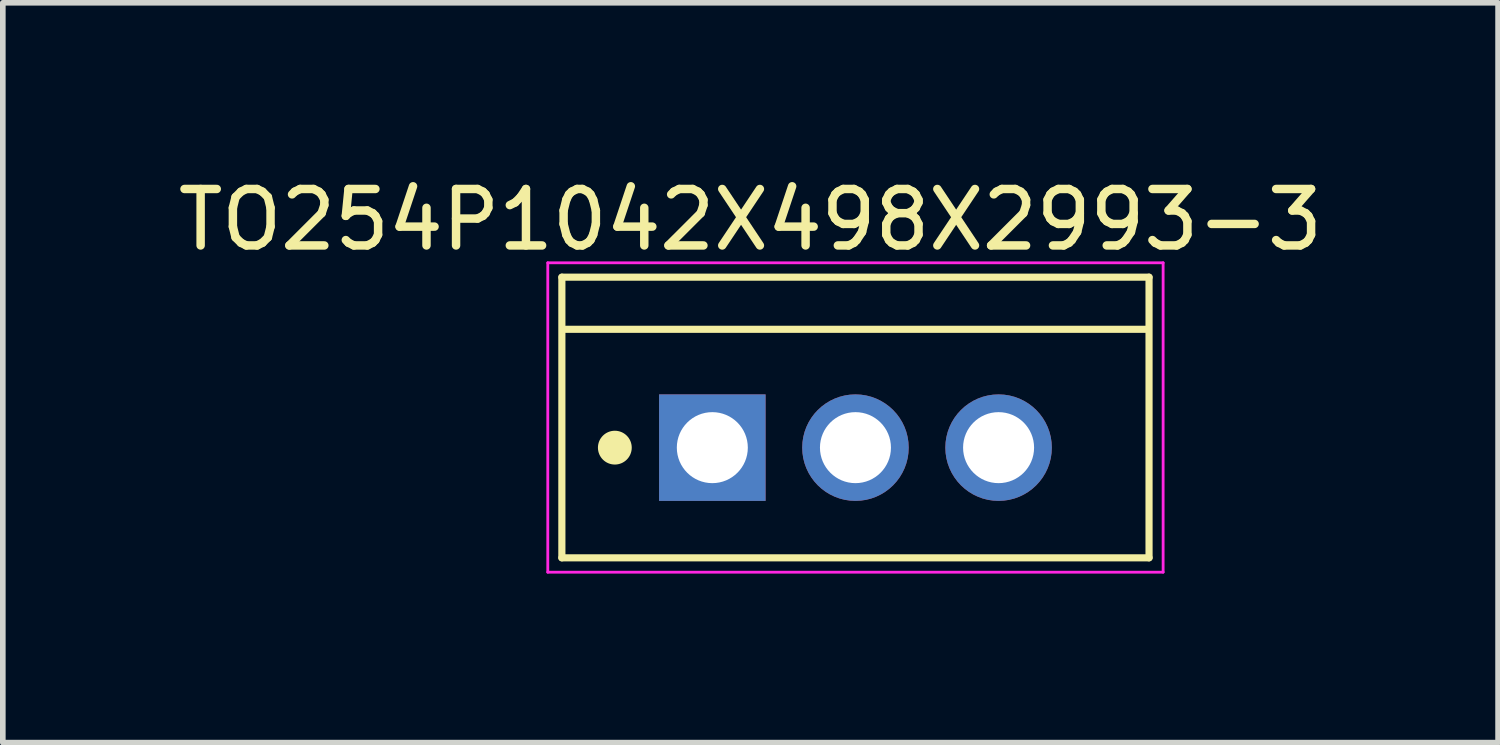
<source format=kicad_pcb>
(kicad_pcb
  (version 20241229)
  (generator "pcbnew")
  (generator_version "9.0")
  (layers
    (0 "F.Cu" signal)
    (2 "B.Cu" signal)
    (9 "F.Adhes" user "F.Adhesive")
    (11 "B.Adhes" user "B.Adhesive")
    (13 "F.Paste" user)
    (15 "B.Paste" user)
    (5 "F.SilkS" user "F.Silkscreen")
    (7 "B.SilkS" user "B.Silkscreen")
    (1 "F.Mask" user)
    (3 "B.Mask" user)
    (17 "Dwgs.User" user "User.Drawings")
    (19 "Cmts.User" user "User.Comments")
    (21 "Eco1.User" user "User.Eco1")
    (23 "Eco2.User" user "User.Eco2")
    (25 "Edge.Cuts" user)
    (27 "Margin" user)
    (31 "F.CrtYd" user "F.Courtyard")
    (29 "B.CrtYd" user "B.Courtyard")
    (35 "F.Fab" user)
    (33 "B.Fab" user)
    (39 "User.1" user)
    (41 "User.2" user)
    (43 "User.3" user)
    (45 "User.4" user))
  (footprint "TO254P1042X498X2993-3"
    (layer "F.Cu")
    (at 9.591 4.894)
    (property "Reference" "TO254P1042X498X2993-3" (at 0.677 -4.044 0) (layer "F.SilkS") (effects (font (size 1.002 1.002) (thickness 0.15))))
    (attr through_hole)
    (fp_line (start -2.67 -3.025) (end -2.67 1.955) (stroke (width 0.127) (type solid)) (layer "F.SilkS"))
    (fp_line (start -2.67 1.955) (end 7.75 1.955) (stroke (width 0.127) (type solid)) (layer "F.SilkS"))
    (fp_line (start -2.6 -2.1) (end 7.7 -2.1) (stroke (width 0.127) (type solid)) (layer "F.SilkS"))
    (fp_line (start 7.75 -3.025) (end -2.67 -3.025) (stroke (width 0.127) (type solid)) (layer "F.SilkS"))
    (fp_line (start 7.75 1.955) (end 7.75 -3.025) (stroke (width 0.127) (type solid)) (layer "F.SilkS"))
    (fp_circle (center -1.73 0) (end -1.43 0) (stroke (width 0) (type solid)) (fill yes) (layer "F.SilkS"))
    (fp_line (start -2.92 -3.28) (end -2.92 2.21) (stroke (width 0.05) (type solid)) (layer "F.CrtYd"))
    (fp_line (start -2.92 2.21) (end 8 2.21) (stroke (width 0.05) (type solid)) (layer "F.CrtYd"))
    (fp_line (start 8 -3.28) (end -2.92 -3.28) (stroke (width 0.05) (type solid)) (layer "F.CrtYd"))
    (fp_line (start 8 2.21) (end 8 -3.28) (stroke (width 0.05) (type solid)) (layer "F.CrtYd"))
    (pad "1" thru_hole rect (at 0 0) (size 1.89 1.89) (drill 1.26) (layers "*.Cu" "*.Mask"))
    (pad "2" thru_hole circle (at 2.54 0) (size 1.89 1.89) (drill 1.26) (layers "*.Cu" "*.Mask"))
    (pad "3" thru_hole circle (at 5.08 0) (size 1.89 1.89) (drill 1.26) (layers "*.Cu" "*.Mask")))
  (gr_rect
    (start -3 -3)
    (end 23.535 10.129)
    (stroke (width 0.1) (type default))
    (fill no)
    (layer "Edge.Cuts")))
</source>
